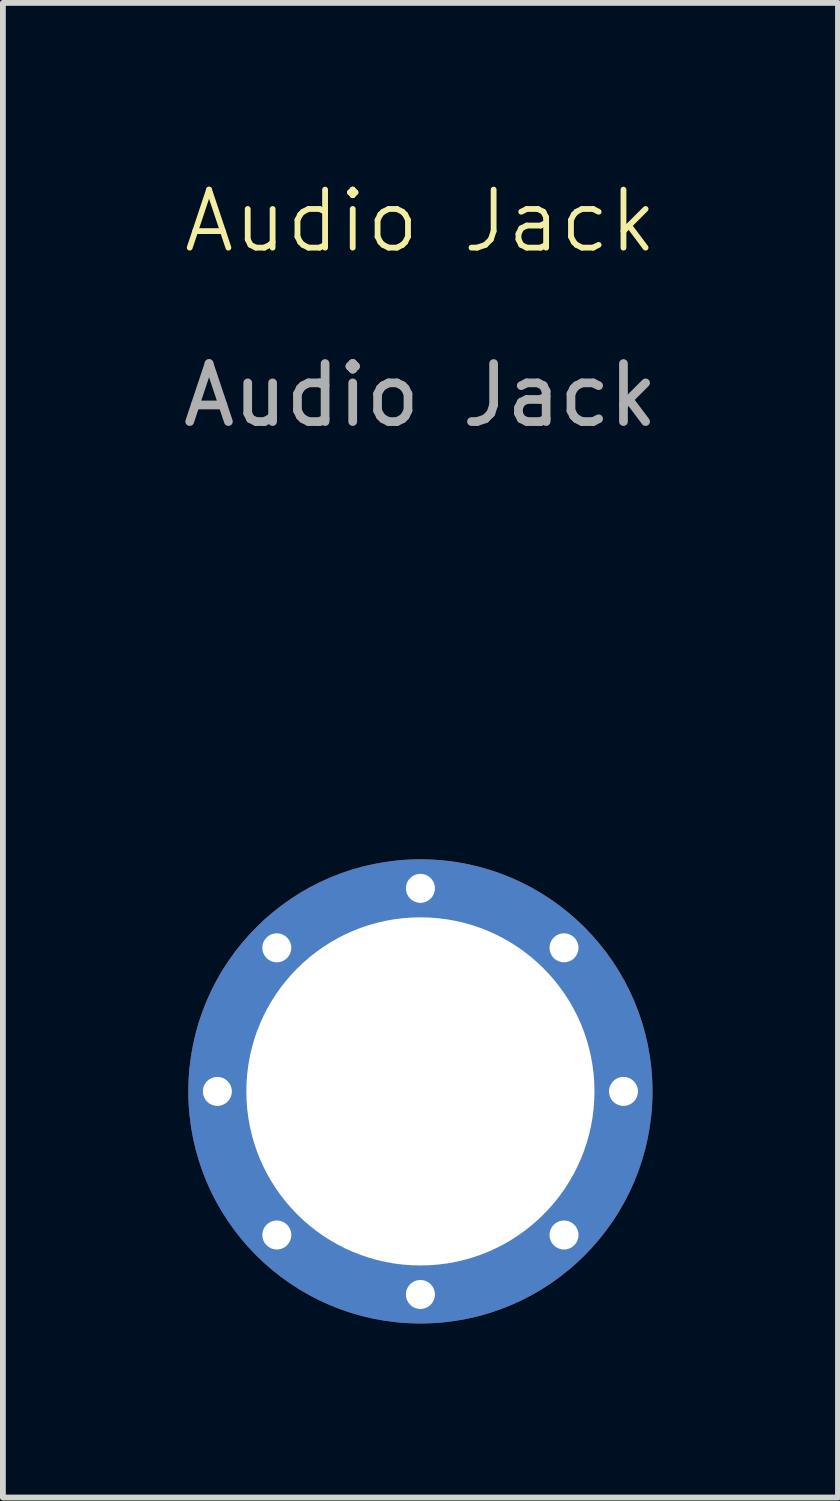
<source format=kicad_pcb>
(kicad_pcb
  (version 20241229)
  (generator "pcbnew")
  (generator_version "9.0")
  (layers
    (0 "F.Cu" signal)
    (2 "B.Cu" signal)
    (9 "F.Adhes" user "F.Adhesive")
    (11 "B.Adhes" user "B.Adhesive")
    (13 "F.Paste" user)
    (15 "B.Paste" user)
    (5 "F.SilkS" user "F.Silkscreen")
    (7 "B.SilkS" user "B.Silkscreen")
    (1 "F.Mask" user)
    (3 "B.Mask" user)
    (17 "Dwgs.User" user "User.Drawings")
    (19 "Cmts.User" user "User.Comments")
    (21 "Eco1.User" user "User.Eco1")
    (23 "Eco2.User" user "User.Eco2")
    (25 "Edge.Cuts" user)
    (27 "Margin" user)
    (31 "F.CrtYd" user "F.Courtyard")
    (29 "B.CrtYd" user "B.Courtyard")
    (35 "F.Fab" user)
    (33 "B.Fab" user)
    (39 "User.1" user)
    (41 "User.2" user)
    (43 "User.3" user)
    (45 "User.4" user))
  (footprint "Audio Jack"
    (layer "F.Cu")
    (at 4.196 15.761)
    (property "Reference" "Audio Jack" (at 0 -15 0) (unlocked yes) (layer "F.SilkS") (effects (font (size 1 1) (thickness 0.1))))
    (attr smd)
    (fp_text user "${REFERENCE}" (at 0 -12 0) (unlocked yes) (layer "F.Fab") (effects (font (size 1 1) (thickness 0.15))))
    (pad "1" thru_hole circle (at -3.5 0 90) (size 0.6 0.6) (drill 0.5) (layers "*.Cu" "*.Mask"))
    (pad "1" thru_hole circle (at -2.475 -2.475 135) (size 0.6 0.6) (drill 0.5) (layers "*.Cu" "*.Mask"))
    (pad "1" thru_hole circle (at -2.475 2.475 135) (size 0.6 0.6) (drill 0.5) (layers "*.Cu" "*.Mask"))
    (pad "1" thru_hole circle (at 0 -3.5 90) (size 0.6 0.6) (drill 0.5) (layers "*.Cu" "*.Mask"))
    (pad "1" thru_hole circle (at 0 0) (size 8 8) (drill 6) (layers "*.Cu" "*.Mask"))
    (pad "1" thru_hole circle (at 0 3.5 90) (size 0.6 0.6) (drill 0.5) (layers "*.Cu" "*.Mask"))
    (pad "1" thru_hole circle (at 2.475 -2.475 135) (size 0.6 0.6) (drill 0.5) (layers "*.Cu" "*.Mask"))
    (pad "1" thru_hole circle (at 2.475 2.475 135) (size 0.6 0.6) (drill 0.5) (layers "*.Cu" "*.Mask"))
    (pad "1" thru_hole circle (at 3.5 0 90) (size 0.6 0.6) (drill 0.5) (layers "*.Cu" "*.Mask")))
  (gr_rect
    (start -3 -3)
    (end 11.393 22.761)
    (stroke (width 0.1) (type default))
    (fill no)
    (layer "Edge.Cuts")))
</source>
